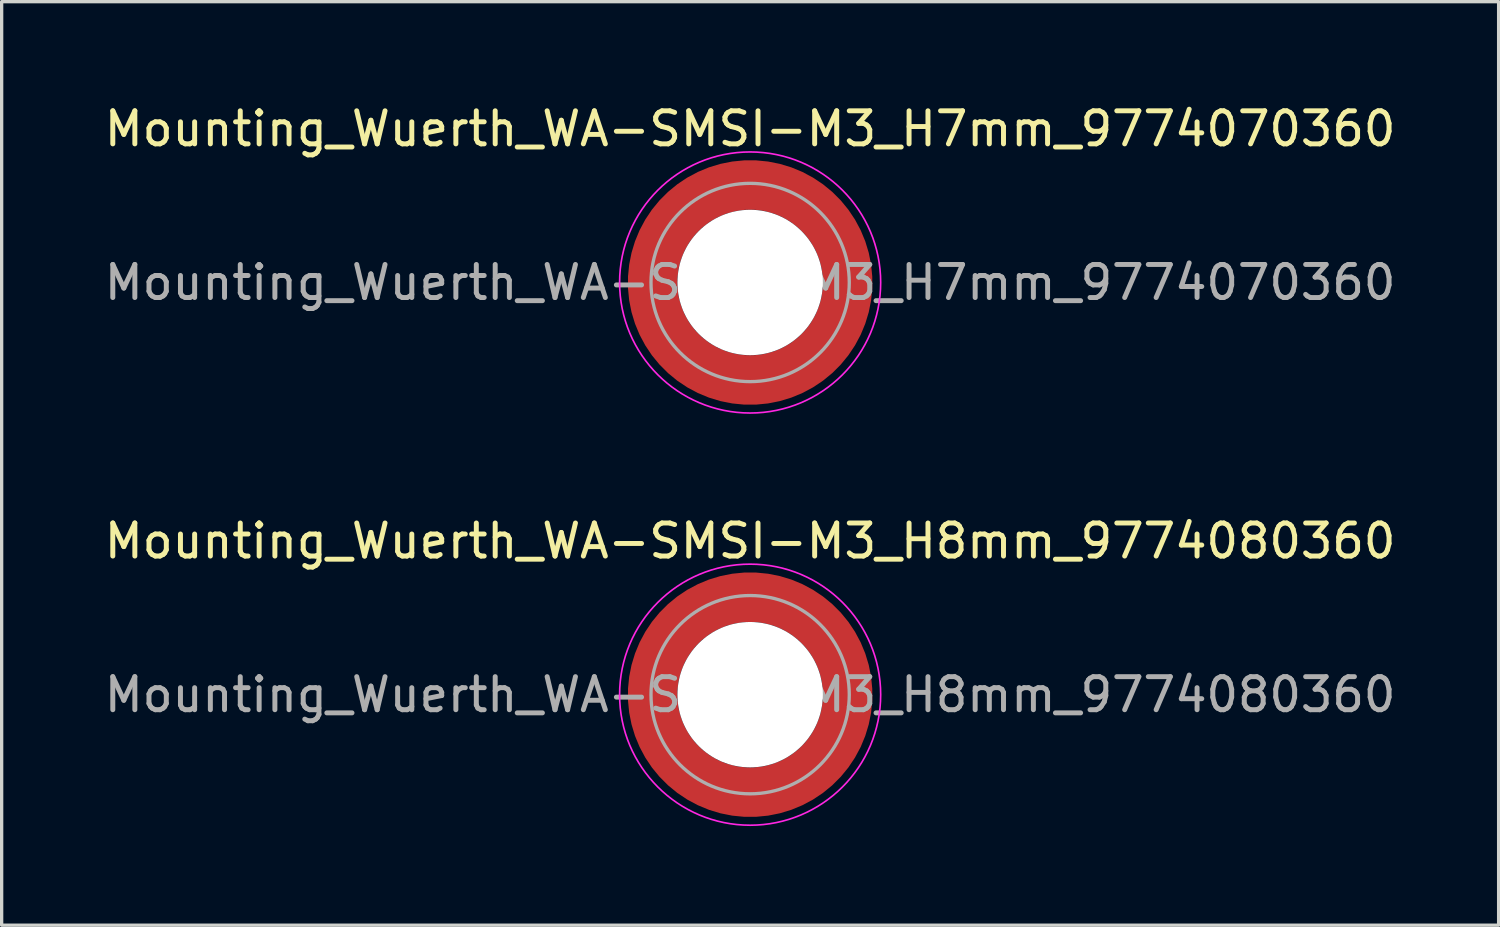
<source format=kicad_pcb>
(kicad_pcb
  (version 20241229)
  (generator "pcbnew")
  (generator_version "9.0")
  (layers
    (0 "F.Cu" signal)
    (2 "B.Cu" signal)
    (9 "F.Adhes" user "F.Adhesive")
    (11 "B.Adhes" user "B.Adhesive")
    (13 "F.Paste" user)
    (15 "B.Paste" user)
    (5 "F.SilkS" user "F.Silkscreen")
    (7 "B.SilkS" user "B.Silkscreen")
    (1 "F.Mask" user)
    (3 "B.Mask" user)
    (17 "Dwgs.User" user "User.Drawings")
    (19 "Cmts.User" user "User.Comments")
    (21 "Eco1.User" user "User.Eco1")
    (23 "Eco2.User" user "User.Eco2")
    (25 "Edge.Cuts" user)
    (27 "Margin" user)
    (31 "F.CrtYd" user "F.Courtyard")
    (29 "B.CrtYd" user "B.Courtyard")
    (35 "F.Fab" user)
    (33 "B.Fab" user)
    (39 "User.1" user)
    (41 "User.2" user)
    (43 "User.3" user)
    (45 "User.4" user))
  (footprint "Mounting_Wuerth_WA-SMSI-M3_H8mm_9774080360"
    (layer "F.Cu")
    (at 19.649 17.971)
    (property "Reference" "Mounting_Wuerth_WA-SMSI-M3_H8mm_9774080360" (at 0 -4.65 0) (layer "F.SilkS") (effects (font (size 1 1) (thickness 0.15))))
    (attr smd)
    (fp_circle (center 0 0) (end 3.95 0) (stroke (width 0.05) (type solid)) (fill no) (layer "F.CrtYd"))
    (fp_circle (center 0 0) (end 3 0) (stroke (width 0.1) (type solid)) (fill no) (layer "F.Fab"))
    (fp_text user "${REFERENCE}" (at 0 0 0) (layer "F.Fab") (effects (font (size 1 1) (thickness 0.15))))
    (pad "" smd custom (at -2.058 -2.058) (size 0.7 0.7) (layers "F.Paste") (options (anchor circle)) (primitives (gr_arc (start -0.377294 1.707681) (mid 0.317579 0.318817) (end 1.705947 -0.377044) (width 0.2)) (gr_arc (start -0.478281 1.707681) (mid 0.246161 0.248814) (end 1.703965 -0.477765) (width 0.2)) (gr_arc (start -0.579192 1.707681) (mid 0.175492 0.178063) (end 1.704077 -0.578711) (width 0.2)) (gr_arc (start -0.680037 1.707681) (mid 0.105568 0.106564) (end 1.706284 -0.679858) (width 0.2)) (gr_arc (start -0.780822 1.707681) (mid 0.034627 0.036085) (end 1.705634 -0.780569) (width 0.2)) (gr_arc (start -0.881554 1.707681) (mid -0.035694 -0.035016) (end 1.706729 -0.881441) (width 0.2)) (gr_arc (start -0.982237 1.707681) (mid -0.107281 -0.10485) (end 1.704266 -0.981842) (width 0.2)) (gr_arc (start -1.082877 1.707681) (mid -0.178372 -0.175181) (end 1.703197 -1.082374) (width 0.2)) (gr_arc (start -1.183476 1.707681) (mid -0.248964 -0.246008) (end 1.703525 -1.183025) (width 0.2)) (gr_arc (start -1.28404 1.707681) (mid -0.319062 -0.317333) (end 1.70525 -1.283784) (width 0.2)) (gr_line (start 1.708 -0.377) (end 1.708 -1.284) (width 0.2)) (gr_line (start -0.377 1.708) (end -1.284 1.708) (width 0.2))))
    (pad "" smd custom (at -2.058 2.058) (size 0.7 0.7) (layers "F.Paste") (options (anchor circle)) (primitives (gr_arc (start 1.707681 0.377294) (mid 0.318817 -0.317579) (end -0.377044 -1.705947) (width 0.2)) (gr_arc (start 1.707681 0.478281) (mid 0.248814 -0.246161) (end -0.477765 -1.703965) (width 0.2)) (gr_arc (start 1.707681 0.579192) (mid 0.178063 -0.175492) (end -0.578711 -1.704077) (width 0.2)) (gr_arc (start 1.707681 0.680037) (mid 0.106564 -0.105568) (end -0.679858 -1.706284) (width 0.2)) (gr_arc (start 1.707681 0.780822) (mid 0.036085 -0.034627) (end -0.780569 -1.705634) (width 0.2)) (gr_arc (start 1.707681 0.881554) (mid -0.035016 0.035694) (end -0.881441 -1.706729) (width 0.2)) (gr_arc (start 1.707681 0.982237) (mid -0.10485 0.107281) (end -0.981842 -1.704266) (width 0.2)) (gr_arc (start 1.707681 1.082877) (mid -0.175181 0.178372) (end -1.082374 -1.703197) (width 0.2)) (gr_arc (start 1.707681 1.183476) (mid -0.246008 0.248964) (end -1.183025 -1.703525) (width 0.2)) (gr_arc (start 1.707681 1.28404) (mid -0.317333 0.319062) (end -1.283784 -1.70525) (width 0.2)) (gr_line (start -0.377 -1.708) (end -1.284 -1.708) (width 0.2)) (gr_line (start 1.708 0.377) (end 1.708 1.284) (width 0.2))))
    (pad "" np_thru_hole circle (at 0 0) (size 4.4 4.4) (drill 4.4) (layers "*.Cu" "*.Mask"))
    (pad "" smd custom (at 2.058 -2.058) (size 0.7 0.7) (layers "F.Paste") (options (anchor circle)) (primitives (gr_arc (start -1.707681 -0.377294) (mid -0.318817 0.317579) (end 0.377044 1.705947) (width 0.2)) (gr_arc (start -1.707681 -0.478281) (mid -0.248814 0.246161) (end 0.477765 1.703965) (width 0.2)) (gr_arc (start -1.707681 -0.579192) (mid -0.178063 0.175492) (end 0.578711 1.704077) (width 0.2)) (gr_arc (start -1.707681 -0.680037) (mid -0.106564 0.105568) (end 0.679858 1.706284) (width 0.2)) (gr_arc (start -1.707681 -0.780822) (mid -0.036085 0.034627) (end 0.780569 1.705634) (width 0.2)) (gr_arc (start -1.707681 -0.881554) (mid 0.035016 -0.035694) (end 0.881441 1.706729) (width 0.2)) (gr_arc (start -1.707681 -0.982237) (mid 0.10485 -0.107281) (end 0.981842 1.704266) (width 0.2)) (gr_arc (start -1.707681 -1.082877) (mid 0.175181 -0.178372) (end 1.082374 1.703197) (width 0.2)) (gr_arc (start -1.707681 -1.183476) (mid 0.246008 -0.248964) (end 1.183025 1.703525) (width 0.2)) (gr_arc (start -1.707681 -1.28404) (mid 0.317333 -0.319062) (end 1.283784 1.70525) (width 0.2)) (gr_line (start 0.377 1.708) (end 1.284 1.708) (width 0.2)) (gr_line (start -1.708 -0.377) (end -1.708 -1.284) (width 0.2))))
    (pad "" smd custom (at 2.058 2.058) (size 0.7 0.7) (layers "F.Paste") (options (anchor circle)) (primitives (gr_arc (start 0.377294 -1.707681) (mid -0.317579 -0.318817) (end -1.705947 0.377044) (width 0.2)) (gr_arc (start 0.478281 -1.707681) (mid -0.246161 -0.248814) (end -1.703965 0.477765) (width 0.2)) (gr_arc (start 0.579192 -1.707681) (mid -0.175492 -0.178063) (end -1.704077 0.578711) (width 0.2)) (gr_arc (start 0.680037 -1.707681) (mid -0.105568 -0.106564) (end -1.706284 0.679858) (width 0.2)) (gr_arc (start 0.780822 -1.707681) (mid -0.034627 -0.036085) (end -1.705634 0.780569) (width 0.2)) (gr_arc (start 0.881554 -1.707681) (mid 0.035694 0.035016) (end -1.706729 0.881441) (width 0.2)) (gr_arc (start 0.982237 -1.707681) (mid 0.107281 0.10485) (end -1.704266 0.981842) (width 0.2)) (gr_arc (start 1.082877 -1.707681) (mid 0.178372 0.175181) (end -1.703197 1.082374) (width 0.2)) (gr_arc (start 1.183476 -1.707681) (mid 0.248964 0.246008) (end -1.703525 1.183025) (width 0.2)) (gr_arc (start 1.28404 -1.707681) (mid 0.319062 0.317333) (end -1.70525 1.283784) (width 0.2)) (gr_line (start -1.708 0.377) (end -1.708 1.284) (width 0.2)) (gr_line (start 0.377 -1.708) (end 1.284 -1.708) (width 0.2))))
    (pad "1" smd circle (at -2.95 0) (size 1.1 1.1) (layers "F.Cu"))
    (pad "1" smd circle (at 0 -2.95) (size 1.1 1.1) (layers "F.Cu"))
    (pad "1" smd circle (at 0 2.95) (size 1.1 1.1) (layers "F.Cu"))
    (pad "1" smd custom (at 2.95 0) (size 1.1 1.1) (layers "F.Cu" "F.Mask") (options (anchor circle)) (primitives (gr_circle (center -2.95 0) (end 0 0) (width 1.5) (fill no)))))
  (footprint "Mounting_Wuerth_WA-SMSI-M3_H7mm_9774070360"
    (layer "F.Cu")
    (at 19.649 5.498)
    (property "Reference" "Mounting_Wuerth_WA-SMSI-M3_H7mm_9774070360" (at 0 -4.65 0) (layer "F.SilkS") (effects (font (size 1 1) (thickness 0.15))))
    (attr smd)
    (fp_circle (center 0 0) (end 3.95 0) (stroke (width 0.05) (type solid)) (fill no) (layer "F.CrtYd"))
    (fp_circle (center 0 0) (end 3 0) (stroke (width 0.1) (type solid)) (fill no) (layer "F.Fab"))
    (fp_text user "${REFERENCE}" (at 0 0 0) (layer "F.Fab") (effects (font (size 1 1) (thickness 0.15))))
    (pad "" smd custom (at -2.058 -2.058) (size 0.7 0.7) (layers "F.Paste") (options (anchor circle)) (primitives (gr_arc (start -0.377294 1.707681) (mid 0.317579 0.318817) (end 1.705947 -0.377044) (width 0.2)) (gr_arc (start -0.478281 1.707681) (mid 0.246161 0.248814) (end 1.703965 -0.477765) (width 0.2)) (gr_arc (start -0.579192 1.707681) (mid 0.175492 0.178063) (end 1.704077 -0.578711) (width 0.2)) (gr_arc (start -0.680037 1.707681) (mid 0.105568 0.106564) (end 1.706284 -0.679858) (width 0.2)) (gr_arc (start -0.780822 1.707681) (mid 0.034627 0.036085) (end 1.705634 -0.780569) (width 0.2)) (gr_arc (start -0.881554 1.707681) (mid -0.035694 -0.035016) (end 1.706729 -0.881441) (width 0.2)) (gr_arc (start -0.982237 1.707681) (mid -0.107281 -0.10485) (end 1.704266 -0.981842) (width 0.2)) (gr_arc (start -1.082877 1.707681) (mid -0.178372 -0.175181) (end 1.703197 -1.082374) (width 0.2)) (gr_arc (start -1.183476 1.707681) (mid -0.248964 -0.246008) (end 1.703525 -1.183025) (width 0.2)) (gr_arc (start -1.28404 1.707681) (mid -0.319062 -0.317333) (end 1.70525 -1.283784) (width 0.2)) (gr_line (start 1.708 -0.377) (end 1.708 -1.284) (width 0.2)) (gr_line (start -0.377 1.708) (end -1.284 1.708) (width 0.2))))
    (pad "" smd custom (at -2.058 2.058) (size 0.7 0.7) (layers "F.Paste") (options (anchor circle)) (primitives (gr_arc (start 1.707681 0.377294) (mid 0.318817 -0.317579) (end -0.377044 -1.705947) (width 0.2)) (gr_arc (start 1.707681 0.478281) (mid 0.248814 -0.246161) (end -0.477765 -1.703965) (width 0.2)) (gr_arc (start 1.707681 0.579192) (mid 0.178063 -0.175492) (end -0.578711 -1.704077) (width 0.2)) (gr_arc (start 1.707681 0.680037) (mid 0.106564 -0.105568) (end -0.679858 -1.706284) (width 0.2)) (gr_arc (start 1.707681 0.780822) (mid 0.036085 -0.034627) (end -0.780569 -1.705634) (width 0.2)) (gr_arc (start 1.707681 0.881554) (mid -0.035016 0.035694) (end -0.881441 -1.706729) (width 0.2)) (gr_arc (start 1.707681 0.982237) (mid -0.10485 0.107281) (end -0.981842 -1.704266) (width 0.2)) (gr_arc (start 1.707681 1.082877) (mid -0.175181 0.178372) (end -1.082374 -1.703197) (width 0.2)) (gr_arc (start 1.707681 1.183476) (mid -0.246008 0.248964) (end -1.183025 -1.703525) (width 0.2)) (gr_arc (start 1.707681 1.28404) (mid -0.317333 0.319062) (end -1.283784 -1.70525) (width 0.2)) (gr_line (start -0.377 -1.708) (end -1.284 -1.708) (width 0.2)) (gr_line (start 1.708 0.377) (end 1.708 1.284) (width 0.2))))
    (pad "" np_thru_hole circle (at 0 0) (size 4.4 4.4) (drill 4.4) (layers "*.Cu" "*.Mask"))
    (pad "" smd custom (at 2.058 -2.058) (size 0.7 0.7) (layers "F.Paste") (options (anchor circle)) (primitives (gr_arc (start -1.707681 -0.377294) (mid -0.318817 0.317579) (end 0.377044 1.705947) (width 0.2)) (gr_arc (start -1.707681 -0.478281) (mid -0.248814 0.246161) (end 0.477765 1.703965) (width 0.2)) (gr_arc (start -1.707681 -0.579192) (mid -0.178063 0.175492) (end 0.578711 1.704077) (width 0.2)) (gr_arc (start -1.707681 -0.680037) (mid -0.106564 0.105568) (end 0.679858 1.706284) (width 0.2)) (gr_arc (start -1.707681 -0.780822) (mid -0.036085 0.034627) (end 0.780569 1.705634) (width 0.2)) (gr_arc (start -1.707681 -0.881554) (mid 0.035016 -0.035694) (end 0.881441 1.706729) (width 0.2)) (gr_arc (start -1.707681 -0.982237) (mid 0.10485 -0.107281) (end 0.981842 1.704266) (width 0.2)) (gr_arc (start -1.707681 -1.082877) (mid 0.175181 -0.178372) (end 1.082374 1.703197) (width 0.2)) (gr_arc (start -1.707681 -1.183476) (mid 0.246008 -0.248964) (end 1.183025 1.703525) (width 0.2)) (gr_arc (start -1.707681 -1.28404) (mid 0.317333 -0.319062) (end 1.283784 1.70525) (width 0.2)) (gr_line (start 0.377 1.708) (end 1.284 1.708) (width 0.2)) (gr_line (start -1.708 -0.377) (end -1.708 -1.284) (width 0.2))))
    (pad "" smd custom (at 2.058 2.058) (size 0.7 0.7) (layers "F.Paste") (options (anchor circle)) (primitives (gr_arc (start 0.377294 -1.707681) (mid -0.317579 -0.318817) (end -1.705947 0.377044) (width 0.2)) (gr_arc (start 0.478281 -1.707681) (mid -0.246161 -0.248814) (end -1.703965 0.477765) (width 0.2)) (gr_arc (start 0.579192 -1.707681) (mid -0.175492 -0.178063) (end -1.704077 0.578711) (width 0.2)) (gr_arc (start 0.680037 -1.707681) (mid -0.105568 -0.106564) (end -1.706284 0.679858) (width 0.2)) (gr_arc (start 0.780822 -1.707681) (mid -0.034627 -0.036085) (end -1.705634 0.780569) (width 0.2)) (gr_arc (start 0.881554 -1.707681) (mid 0.035694 0.035016) (end -1.706729 0.881441) (width 0.2)) (gr_arc (start 0.982237 -1.707681) (mid 0.107281 0.10485) (end -1.704266 0.981842) (width 0.2)) (gr_arc (start 1.082877 -1.707681) (mid 0.178372 0.175181) (end -1.703197 1.082374) (width 0.2)) (gr_arc (start 1.183476 -1.707681) (mid 0.248964 0.246008) (end -1.703525 1.183025) (width 0.2)) (gr_arc (start 1.28404 -1.707681) (mid 0.319062 0.317333) (end -1.70525 1.283784) (width 0.2)) (gr_line (start -1.708 0.377) (end -1.708 1.284) (width 0.2)) (gr_line (start 0.377 -1.708) (end 1.284 -1.708) (width 0.2))))
    (pad "1" smd circle (at -2.95 0) (size 1.1 1.1) (layers "F.Cu"))
    (pad "1" smd circle (at 0 -2.95) (size 1.1 1.1) (layers "F.Cu"))
    (pad "1" smd circle (at 0 2.95) (size 1.1 1.1) (layers "F.Cu"))
    (pad "1" smd custom (at 2.95 0) (size 1.1 1.1) (layers "F.Cu" "F.Mask") (options (anchor circle)) (primitives (gr_circle (center -2.95 0) (end 0 0) (width 1.5) (fill no)))))
  (gr_rect
    (start -3 -3)
    (end 42.298 24.947)
    (stroke (width 0.1) (type default))
    (fill no)
    (layer "Edge.Cuts")))
</source>
